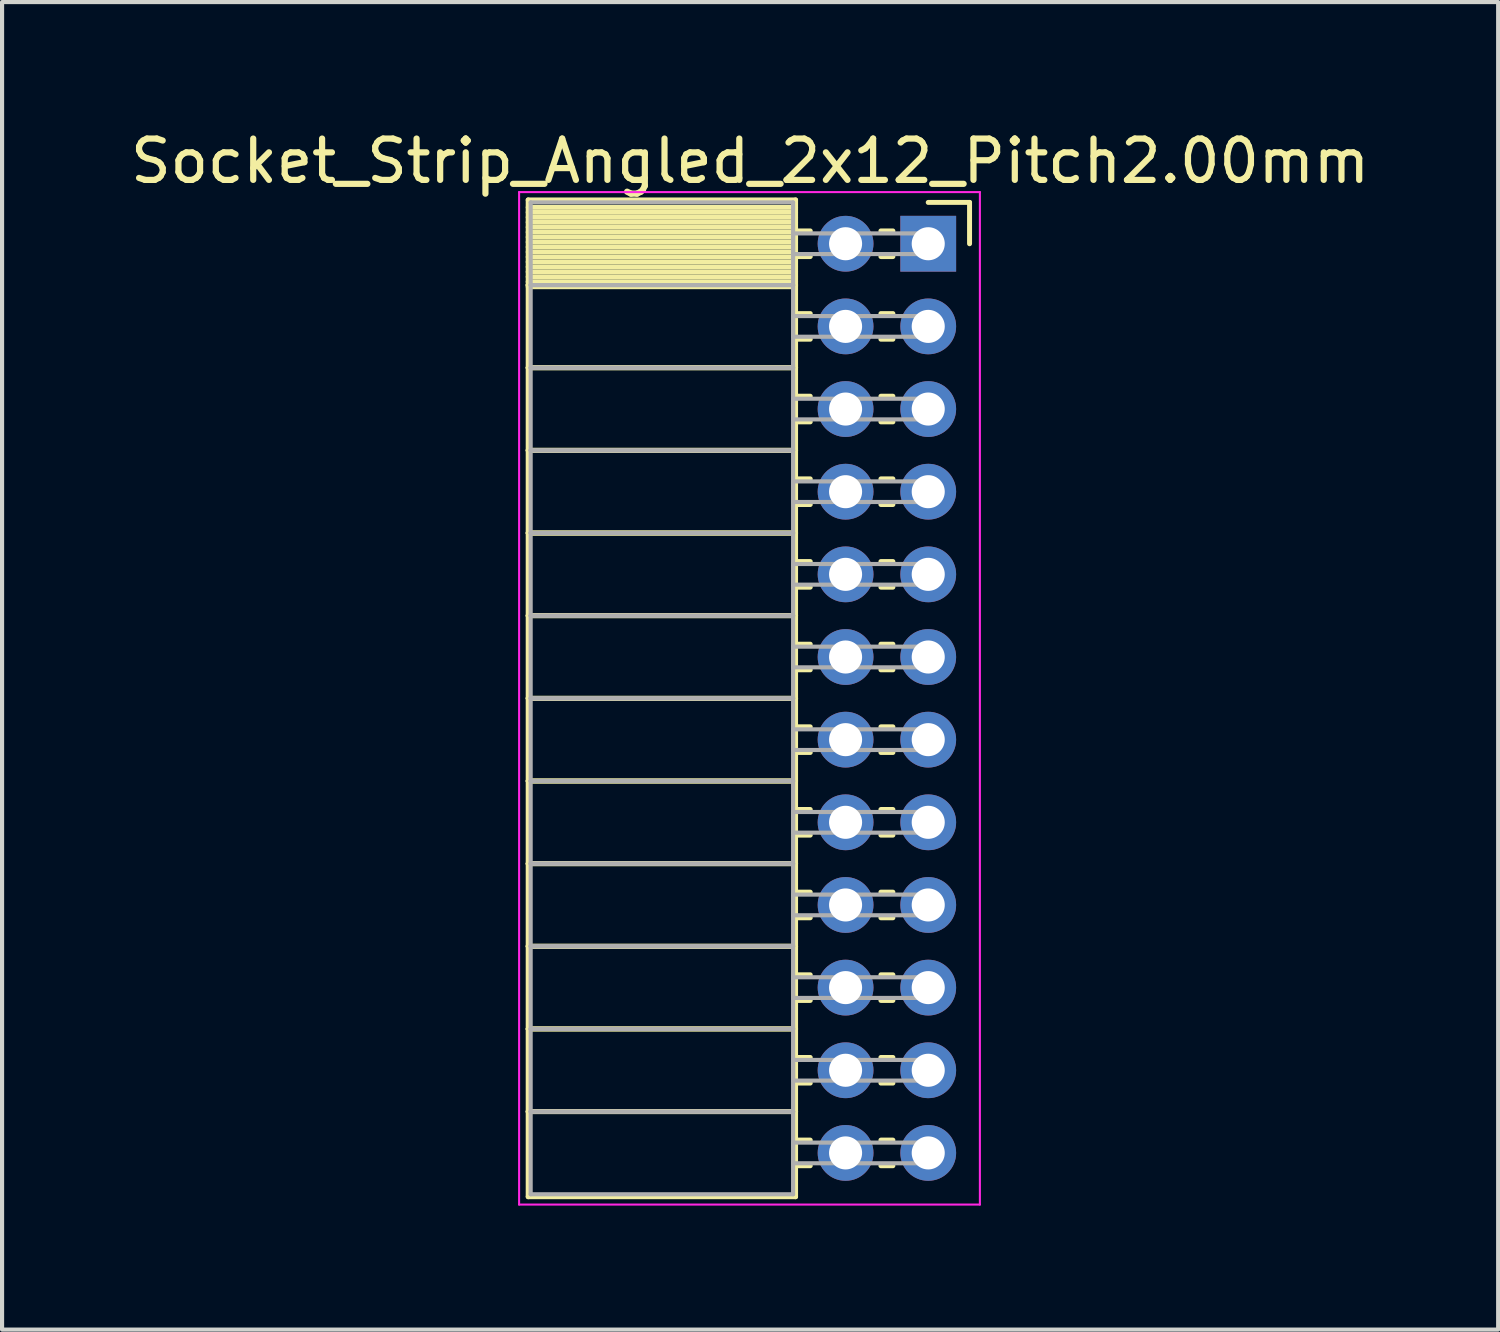
<source format=kicad_pcb>
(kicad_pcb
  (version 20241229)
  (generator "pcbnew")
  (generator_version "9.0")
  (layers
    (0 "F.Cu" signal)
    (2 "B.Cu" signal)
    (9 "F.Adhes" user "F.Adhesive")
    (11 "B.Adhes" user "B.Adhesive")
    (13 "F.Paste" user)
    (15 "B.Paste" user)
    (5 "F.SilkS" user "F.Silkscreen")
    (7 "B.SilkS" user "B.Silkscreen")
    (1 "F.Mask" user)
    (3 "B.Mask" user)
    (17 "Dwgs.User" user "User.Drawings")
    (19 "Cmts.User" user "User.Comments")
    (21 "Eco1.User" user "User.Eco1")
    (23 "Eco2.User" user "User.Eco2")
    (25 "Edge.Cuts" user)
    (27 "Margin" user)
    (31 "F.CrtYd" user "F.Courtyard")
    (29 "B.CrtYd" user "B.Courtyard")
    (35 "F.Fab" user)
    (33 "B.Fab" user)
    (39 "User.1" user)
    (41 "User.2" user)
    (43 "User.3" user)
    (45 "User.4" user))
  (footprint "Socket_Strip_Angled_2x12_Pitch2.00mm"
    (layer "F.Cu")
    (at 19.411 2.848)
    (property "Reference" "Socket_Strip_Angled_2x12_Pitch2.00mm" (at -4.31 -2 0) (layer "F.SilkS") (effects (font (size 1 1) (thickness 0.15))))
    (attr through_hole)
    (fp_line (start -9.68 -1.06) (end -3.21 -1.06) (stroke (width 0.12) (type solid)) (layer "F.SilkS"))
    (fp_line (start -9.68 1) (end -9.68 -1.06) (stroke (width 0.12) (type solid)) (layer "F.SilkS"))
    (fp_line (start -9.68 1) (end -3.21 1) (stroke (width 0.12) (type solid)) (layer "F.SilkS"))
    (fp_line (start -9.68 3) (end -9.68 1) (stroke (width 0.12) (type solid)) (layer "F.SilkS"))
    (fp_line (start -9.68 3) (end -3.21 3) (stroke (width 0.12) (type solid)) (layer "F.SilkS"))
    (fp_line (start -9.68 5) (end -9.68 3) (stroke (width 0.12) (type solid)) (layer "F.SilkS"))
    (fp_line (start -9.68 5) (end -3.21 5) (stroke (width 0.12) (type solid)) (layer "F.SilkS"))
    (fp_line (start -9.68 7) (end -9.68 5) (stroke (width 0.12) (type solid)) (layer "F.SilkS"))
    (fp_line (start -9.68 7) (end -3.21 7) (stroke (width 0.12) (type solid)) (layer "F.SilkS"))
    (fp_line (start -9.68 9) (end -9.68 7) (stroke (width 0.12) (type solid)) (layer "F.SilkS"))
    (fp_line (start -9.68 9) (end -3.21 9) (stroke (width 0.12) (type solid)) (layer "F.SilkS"))
    (fp_line (start -9.68 11) (end -9.68 9) (stroke (width 0.12) (type solid)) (layer "F.SilkS"))
    (fp_line (start -9.68 11) (end -3.21 11) (stroke (width 0.12) (type solid)) (layer "F.SilkS"))
    (fp_line (start -9.68 13) (end -9.68 11) (stroke (width 0.12) (type solid)) (layer "F.SilkS"))
    (fp_line (start -9.68 13) (end -3.21 13) (stroke (width 0.12) (type solid)) (layer "F.SilkS"))
    (fp_line (start -9.68 15) (end -9.68 13) (stroke (width 0.12) (type solid)) (layer "F.SilkS"))
    (fp_line (start -9.68 15) (end -3.21 15) (stroke (width 0.12) (type solid)) (layer "F.SilkS"))
    (fp_line (start -9.68 17) (end -9.68 15) (stroke (width 0.12) (type solid)) (layer "F.SilkS"))
    (fp_line (start -9.68 17) (end -3.21 17) (stroke (width 0.12) (type solid)) (layer "F.SilkS"))
    (fp_line (start -9.68 19) (end -9.68 17) (stroke (width 0.12) (type solid)) (layer "F.SilkS"))
    (fp_line (start -9.68 19) (end -3.21 19) (stroke (width 0.12) (type solid)) (layer "F.SilkS"))
    (fp_line (start -9.68 21) (end -9.68 19) (stroke (width 0.12) (type solid)) (layer "F.SilkS"))
    (fp_line (start -9.68 21) (end -3.21 21) (stroke (width 0.12) (type solid)) (layer "F.SilkS"))
    (fp_line (start -9.68 23.06) (end -9.68 21) (stroke (width 0.12) (type solid)) (layer "F.SilkS"))
    (fp_line (start -3.21 -1.06) (end -3.21 1) (stroke (width 0.12) (type solid)) (layer "F.SilkS"))
    (fp_line (start -3.21 -0.88) (end -9.68 -0.88) (stroke (width 0.12) (type solid)) (layer "F.SilkS"))
    (fp_line (start -3.21 -0.76) (end -9.68 -0.76) (stroke (width 0.12) (type solid)) (layer "F.SilkS"))
    (fp_line (start -3.21 -0.64) (end -9.68 -0.64) (stroke (width 0.12) (type solid)) (layer "F.SilkS"))
    (fp_line (start -3.21 -0.52) (end -9.68 -0.52) (stroke (width 0.12) (type solid)) (layer "F.SilkS"))
    (fp_line (start -3.21 -0.4) (end -9.68 -0.4) (stroke (width 0.12) (type solid)) (layer "F.SilkS"))
    (fp_line (start -3.21 -0.28) (end -9.68 -0.28) (stroke (width 0.12) (type solid)) (layer "F.SilkS"))
    (fp_line (start -3.21 -0.16) (end -9.68 -0.16) (stroke (width 0.12) (type solid)) (layer "F.SilkS"))
    (fp_line (start -3.21 -0.04) (end -9.68 -0.04) (stroke (width 0.12) (type solid)) (layer "F.SilkS"))
    (fp_line (start -3.21 0.08) (end -9.68 0.08) (stroke (width 0.12) (type solid)) (layer "F.SilkS"))
    (fp_line (start -3.21 0.2) (end -9.68 0.2) (stroke (width 0.12) (type solid)) (layer "F.SilkS"))
    (fp_line (start -3.21 0.32) (end -9.68 0.32) (stroke (width 0.12) (type solid)) (layer "F.SilkS"))
    (fp_line (start -3.21 0.44) (end -9.68 0.44) (stroke (width 0.12) (type solid)) (layer "F.SilkS"))
    (fp_line (start -3.21 0.56) (end -9.68 0.56) (stroke (width 0.12) (type solid)) (layer "F.SilkS"))
    (fp_line (start -3.21 0.68) (end -9.68 0.68) (stroke (width 0.12) (type solid)) (layer "F.SilkS"))
    (fp_line (start -3.21 0.8) (end -9.68 0.8) (stroke (width 0.12) (type solid)) (layer "F.SilkS"))
    (fp_line (start -3.21 0.92) (end -9.68 0.92) (stroke (width 0.12) (type solid)) (layer "F.SilkS"))
    (fp_line (start -3.21 1) (end -9.68 1) (stroke (width 0.12) (type solid)) (layer "F.SilkS"))
    (fp_line (start -3.21 1) (end -3.21 3) (stroke (width 0.12) (type solid)) (layer "F.SilkS"))
    (fp_line (start -3.21 1.04) (end -9.68 1.04) (stroke (width 0.12) (type solid)) (layer "F.SilkS"))
    (fp_line (start -3.21 3) (end -9.68 3) (stroke (width 0.12) (type solid)) (layer "F.SilkS"))
    (fp_line (start -3.21 3) (end -3.21 5) (stroke (width 0.12) (type solid)) (layer "F.SilkS"))
    (fp_line (start -3.21 5) (end -9.68 5) (stroke (width 0.12) (type solid)) (layer "F.SilkS"))
    (fp_line (start -3.21 5) (end -3.21 7) (stroke (width 0.12) (type solid)) (layer "F.SilkS"))
    (fp_line (start -3.21 7) (end -9.68 7) (stroke (width 0.12) (type solid)) (layer "F.SilkS"))
    (fp_line (start -3.21 7) (end -3.21 9) (stroke (width 0.12) (type solid)) (layer "F.SilkS"))
    (fp_line (start -3.21 9) (end -9.68 9) (stroke (width 0.12) (type solid)) (layer "F.SilkS"))
    (fp_line (start -3.21 9) (end -3.21 11) (stroke (width 0.12) (type solid)) (layer "F.SilkS"))
    (fp_line (start -3.21 11) (end -9.68 11) (stroke (width 0.12) (type solid)) (layer "F.SilkS"))
    (fp_line (start -3.21 11) (end -3.21 13) (stroke (width 0.12) (type solid)) (layer "F.SilkS"))
    (fp_line (start -3.21 13) (end -9.68 13) (stroke (width 0.12) (type solid)) (layer "F.SilkS"))
    (fp_line (start -3.21 13) (end -3.21 15) (stroke (width 0.12) (type solid)) (layer "F.SilkS"))
    (fp_line (start -3.21 15) (end -9.68 15) (stroke (width 0.12) (type solid)) (layer "F.SilkS"))
    (fp_line (start -3.21 15) (end -3.21 17) (stroke (width 0.12) (type solid)) (layer "F.SilkS"))
    (fp_line (start -3.21 17) (end -9.68 17) (stroke (width 0.12) (type solid)) (layer "F.SilkS"))
    (fp_line (start -3.21 17) (end -3.21 19) (stroke (width 0.12) (type solid)) (layer "F.SilkS"))
    (fp_line (start -3.21 19) (end -9.68 19) (stroke (width 0.12) (type solid)) (layer "F.SilkS"))
    (fp_line (start -3.21 19) (end -3.21 21) (stroke (width 0.12) (type solid)) (layer "F.SilkS"))
    (fp_line (start -3.21 21) (end -9.68 21) (stroke (width 0.12) (type solid)) (layer "F.SilkS"))
    (fp_line (start -3.21 21) (end -3.21 23.06) (stroke (width 0.12) (type solid)) (layer "F.SilkS"))
    (fp_line (start -3.21 23.06) (end -9.68 23.06) (stroke (width 0.12) (type solid)) (layer "F.SilkS"))
    (fp_line (start -2.855 -0.31) (end -3.21 -0.31) (stroke (width 0.12) (type solid)) (layer "F.SilkS"))
    (fp_line (start -2.855 0.31) (end -3.21 0.31) (stroke (width 0.12) (type solid)) (layer "F.SilkS"))
    (fp_line (start -2.855 1.69) (end -3.21 1.69) (stroke (width 0.12) (type solid)) (layer "F.SilkS"))
    (fp_line (start -2.855 2.31) (end -3.21 2.31) (stroke (width 0.12) (type solid)) (layer "F.SilkS"))
    (fp_line (start -2.855 3.69) (end -3.21 3.69) (stroke (width 0.12) (type solid)) (layer "F.SilkS"))
    (fp_line (start -2.855 4.31) (end -3.21 4.31) (stroke (width 0.12) (type solid)) (layer "F.SilkS"))
    (fp_line (start -2.855 5.69) (end -3.21 5.69) (stroke (width 0.12) (type solid)) (layer "F.SilkS"))
    (fp_line (start -2.855 6.31) (end -3.21 6.31) (stroke (width 0.12) (type solid)) (layer "F.SilkS"))
    (fp_line (start -2.855 7.69) (end -3.21 7.69) (stroke (width 0.12) (type solid)) (layer "F.SilkS"))
    (fp_line (start -2.855 8.31) (end -3.21 8.31) (stroke (width 0.12) (type solid)) (layer "F.SilkS"))
    (fp_line (start -2.855 9.69) (end -3.21 9.69) (stroke (width 0.12) (type solid)) (layer "F.SilkS"))
    (fp_line (start -2.855 10.31) (end -3.21 10.31) (stroke (width 0.12) (type solid)) (layer "F.SilkS"))
    (fp_line (start -2.855 11.69) (end -3.21 11.69) (stroke (width 0.12) (type solid)) (layer "F.SilkS"))
    (fp_line (start -2.855 12.31) (end -3.21 12.31) (stroke (width 0.12) (type solid)) (layer "F.SilkS"))
    (fp_line (start -2.855 13.69) (end -3.21 13.69) (stroke (width 0.12) (type solid)) (layer "F.SilkS"))
    (fp_line (start -2.855 14.31) (end -3.21 14.31) (stroke (width 0.12) (type solid)) (layer "F.SilkS"))
    (fp_line (start -2.855 15.69) (end -3.21 15.69) (stroke (width 0.12) (type solid)) (layer "F.SilkS"))
    (fp_line (start -2.855 16.31) (end -3.21 16.31) (stroke (width 0.12) (type solid)) (layer "F.SilkS"))
    (fp_line (start -2.855 17.69) (end -3.21 17.69) (stroke (width 0.12) (type solid)) (layer "F.SilkS"))
    (fp_line (start -2.855 18.31) (end -3.21 18.31) (stroke (width 0.12) (type solid)) (layer "F.SilkS"))
    (fp_line (start -2.855 19.69) (end -3.21 19.69) (stroke (width 0.12) (type solid)) (layer "F.SilkS"))
    (fp_line (start -2.855 20.31) (end -3.21 20.31) (stroke (width 0.12) (type solid)) (layer "F.SilkS"))
    (fp_line (start -2.855 21.69) (end -3.21 21.69) (stroke (width 0.12) (type solid)) (layer "F.SilkS"))
    (fp_line (start -2.855 22.31) (end -3.21 22.31) (stroke (width 0.12) (type solid)) (layer "F.SilkS"))
    (fp_line (start -0.855 -0.31) (end -1.145 -0.31) (stroke (width 0.12) (type solid)) (layer "F.SilkS"))
    (fp_line (start -0.855 0.31) (end -1.145 0.31) (stroke (width 0.12) (type solid)) (layer "F.SilkS"))
    (fp_line (start -0.855 1.69) (end -1.145 1.69) (stroke (width 0.12) (type solid)) (layer "F.SilkS"))
    (fp_line (start -0.855 2.31) (end -1.145 2.31) (stroke (width 0.12) (type solid)) (layer "F.SilkS"))
    (fp_line (start -0.855 3.69) (end -1.145 3.69) (stroke (width 0.12) (type solid)) (layer "F.SilkS"))
    (fp_line (start -0.855 4.31) (end -1.145 4.31) (stroke (width 0.12) (type solid)) (layer "F.SilkS"))
    (fp_line (start -0.855 5.69) (end -1.145 5.69) (stroke (width 0.12) (type solid)) (layer "F.SilkS"))
    (fp_line (start -0.855 6.31) (end -1.145 6.31) (stroke (width 0.12) (type solid)) (layer "F.SilkS"))
    (fp_line (start -0.855 7.69) (end -1.145 7.69) (stroke (width 0.12) (type solid)) (layer "F.SilkS"))
    (fp_line (start -0.855 8.31) (end -1.145 8.31) (stroke (width 0.12) (type solid)) (layer "F.SilkS"))
    (fp_line (start -0.855 9.69) (end -1.145 9.69) (stroke (width 0.12) (type solid)) (layer "F.SilkS"))
    (fp_line (start -0.855 10.31) (end -1.145 10.31) (stroke (width 0.12) (type solid)) (layer "F.SilkS"))
    (fp_line (start -0.855 11.69) (end -1.145 11.69) (stroke (width 0.12) (type solid)) (layer "F.SilkS"))
    (fp_line (start -0.855 12.31) (end -1.145 12.31) (stroke (width 0.12) (type solid)) (layer "F.SilkS"))
    (fp_line (start -0.855 13.69) (end -1.145 13.69) (stroke (width 0.12) (type solid)) (layer "F.SilkS"))
    (fp_line (start -0.855 14.31) (end -1.145 14.31) (stroke (width 0.12) (type solid)) (layer "F.SilkS"))
    (fp_line (start -0.855 15.69) (end -1.145 15.69) (stroke (width 0.12) (type solid)) (layer "F.SilkS"))
    (fp_line (start -0.855 16.31) (end -1.145 16.31) (stroke (width 0.12) (type solid)) (layer "F.SilkS"))
    (fp_line (start -0.855 17.69) (end -1.145 17.69) (stroke (width 0.12) (type solid)) (layer "F.SilkS"))
    (fp_line (start -0.855 18.31) (end -1.145 18.31) (stroke (width 0.12) (type solid)) (layer "F.SilkS"))
    (fp_line (start -0.855 19.69) (end -1.145 19.69) (stroke (width 0.12) (type solid)) (layer "F.SilkS"))
    (fp_line (start -0.855 20.31) (end -1.145 20.31) (stroke (width 0.12) (type solid)) (layer "F.SilkS"))
    (fp_line (start -0.855 21.69) (end -1.145 21.69) (stroke (width 0.12) (type solid)) (layer "F.SilkS"))
    (fp_line (start -0.855 22.31) (end -1.145 22.31) (stroke (width 0.12) (type solid)) (layer "F.SilkS"))
    (fp_line (start 0 -1) (end 1 -1) (stroke (width 0.12) (type solid)) (layer "F.SilkS"))
    (fp_line (start 1 -1) (end 1 0) (stroke (width 0.12) (type solid)) (layer "F.SilkS"))
    (fp_line (start -9.9 -1.25) (end 1.25 -1.25) (stroke (width 0.05) (type solid)) (layer "F.CrtYd"))
    (fp_line (start -9.9 23.25) (end -9.9 -1.25) (stroke (width 0.05) (type solid)) (layer "F.CrtYd"))
    (fp_line (start 1.25 -1.25) (end 1.25 23.25) (stroke (width 0.05) (type solid)) (layer "F.CrtYd"))
    (fp_line (start 1.25 23.25) (end -9.9 23.25) (stroke (width 0.05) (type solid)) (layer "F.CrtYd"))
    (fp_line (start -9.62 -1) (end -3.27 -1) (stroke (width 0.1) (type solid)) (layer "F.Fab"))
    (fp_line (start -9.62 1) (end -9.62 -1) (stroke (width 0.1) (type solid)) (layer "F.Fab"))
    (fp_line (start -9.62 1) (end -3.27 1) (stroke (width 0.1) (type solid)) (layer "F.Fab"))
    (fp_line (start -9.62 3) (end -9.62 1) (stroke (width 0.1) (type solid)) (layer "F.Fab"))
    (fp_line (start -9.62 3) (end -3.27 3) (stroke (width 0.1) (type solid)) (layer "F.Fab"))
    (fp_line (start -9.62 5) (end -9.62 3) (stroke (width 0.1) (type solid)) (layer "F.Fab"))
    (fp_line (start -9.62 5) (end -3.27 5) (stroke (width 0.1) (type solid)) (layer "F.Fab"))
    (fp_line (start -9.62 7) (end -9.62 5) (stroke (width 0.1) (type solid)) (layer "F.Fab"))
    (fp_line (start -9.62 7) (end -3.27 7) (stroke (width 0.1) (type solid)) (layer "F.Fab"))
    (fp_line (start -9.62 9) (end -9.62 7) (stroke (width 0.1) (type solid)) (layer "F.Fab"))
    (fp_line (start -9.62 9) (end -3.27 9) (stroke (width 0.1) (type solid)) (layer "F.Fab"))
    (fp_line (start -9.62 11) (end -9.62 9) (stroke (width 0.1) (type solid)) (layer "F.Fab"))
    (fp_line (start -9.62 11) (end -3.27 11) (stroke (width 0.1) (type solid)) (layer "F.Fab"))
    (fp_line (start -9.62 13) (end -9.62 11) (stroke (width 0.1) (type solid)) (layer "F.Fab"))
    (fp_line (start -9.62 13) (end -3.27 13) (stroke (width 0.1) (type solid)) (layer "F.Fab"))
    (fp_line (start -9.62 15) (end -9.62 13) (stroke (width 0.1) (type solid)) (layer "F.Fab"))
    (fp_line (start -9.62 15) (end -3.27 15) (stroke (width 0.1) (type solid)) (layer "F.Fab"))
    (fp_line (start -9.62 17) (end -9.62 15) (stroke (width 0.1) (type solid)) (layer "F.Fab"))
    (fp_line (start -9.62 17) (end -3.27 17) (stroke (width 0.1) (type solid)) (layer "F.Fab"))
    (fp_line (start -9.62 19) (end -9.62 17) (stroke (width 0.1) (type solid)) (layer "F.Fab"))
    (fp_line (start -9.62 19) (end -3.27 19) (stroke (width 0.1) (type solid)) (layer "F.Fab"))
    (fp_line (start -9.62 21) (end -9.62 19) (stroke (width 0.1) (type solid)) (layer "F.Fab"))
    (fp_line (start -9.62 21) (end -3.27 21) (stroke (width 0.1) (type solid)) (layer "F.Fab"))
    (fp_line (start -9.62 23) (end -9.62 21) (stroke (width 0.1) (type solid)) (layer "F.Fab"))
    (fp_line (start -3.27 -1) (end -3.27 1) (stroke (width 0.1) (type solid)) (layer "F.Fab"))
    (fp_line (start -3.27 -0.25) (end 0 -0.25) (stroke (width 0.1) (type solid)) (layer "F.Fab"))
    (fp_line (start -3.27 0.25) (end -3.27 -0.25) (stroke (width 0.1) (type solid)) (layer "F.Fab"))
    (fp_line (start -3.27 1) (end -9.62 1) (stroke (width 0.1) (type solid)) (layer "F.Fab"))
    (fp_line (start -3.27 1) (end -3.27 3) (stroke (width 0.1) (type solid)) (layer "F.Fab"))
    (fp_line (start -3.27 1.75) (end 0 1.75) (stroke (width 0.1) (type solid)) (layer "F.Fab"))
    (fp_line (start -3.27 2.25) (end -3.27 1.75) (stroke (width 0.1) (type solid)) (layer "F.Fab"))
    (fp_line (start -3.27 3) (end -9.62 3) (stroke (width 0.1) (type solid)) (layer "F.Fab"))
    (fp_line (start -3.27 3) (end -3.27 5) (stroke (width 0.1) (type solid)) (layer "F.Fab"))
    (fp_line (start -3.27 3.75) (end 0 3.75) (stroke (width 0.1) (type solid)) (layer "F.Fab"))
    (fp_line (start -3.27 4.25) (end -3.27 3.75) (stroke (width 0.1) (type solid)) (layer "F.Fab"))
    (fp_line (start -3.27 5) (end -9.62 5) (stroke (width 0.1) (type solid)) (layer "F.Fab"))
    (fp_line (start -3.27 5) (end -3.27 7) (stroke (width 0.1) (type solid)) (layer "F.Fab"))
    (fp_line (start -3.27 5.75) (end 0 5.75) (stroke (width 0.1) (type solid)) (layer "F.Fab"))
    (fp_line (start -3.27 6.25) (end -3.27 5.75) (stroke (width 0.1) (type solid)) (layer "F.Fab"))
    (fp_line (start -3.27 7) (end -9.62 7) (stroke (width 0.1) (type solid)) (layer "F.Fab"))
    (fp_line (start -3.27 7) (end -3.27 9) (stroke (width 0.1) (type solid)) (layer "F.Fab"))
    (fp_line (start -3.27 7.75) (end 0 7.75) (stroke (width 0.1) (type solid)) (layer "F.Fab"))
    (fp_line (start -3.27 8.25) (end -3.27 7.75) (stroke (width 0.1) (type solid)) (layer "F.Fab"))
    (fp_line (start -3.27 9) (end -9.62 9) (stroke (width 0.1) (type solid)) (layer "F.Fab"))
    (fp_line (start -3.27 9) (end -3.27 11) (stroke (width 0.1) (type solid)) (layer "F.Fab"))
    (fp_line (start -3.27 9.75) (end 0 9.75) (stroke (width 0.1) (type solid)) (layer "F.Fab"))
    (fp_line (start -3.27 10.25) (end -3.27 9.75) (stroke (width 0.1) (type solid)) (layer "F.Fab"))
    (fp_line (start -3.27 11) (end -9.62 11) (stroke (width 0.1) (type solid)) (layer "F.Fab"))
    (fp_line (start -3.27 11) (end -3.27 13) (stroke (width 0.1) (type solid)) (layer "F.Fab"))
    (fp_line (start -3.27 11.75) (end 0 11.75) (stroke (width 0.1) (type solid)) (layer "F.Fab"))
    (fp_line (start -3.27 12.25) (end -3.27 11.75) (stroke (width 0.1) (type solid)) (layer "F.Fab"))
    (fp_line (start -3.27 13) (end -9.62 13) (stroke (width 0.1) (type solid)) (layer "F.Fab"))
    (fp_line (start -3.27 13) (end -3.27 15) (stroke (width 0.1) (type solid)) (layer "F.Fab"))
    (fp_line (start -3.27 13.75) (end 0 13.75) (stroke (width 0.1) (type solid)) (layer "F.Fab"))
    (fp_line (start -3.27 14.25) (end -3.27 13.75) (stroke (width 0.1) (type solid)) (layer "F.Fab"))
    (fp_line (start -3.27 15) (end -9.62 15) (stroke (width 0.1) (type solid)) (layer "F.Fab"))
    (fp_line (start -3.27 15) (end -3.27 17) (stroke (width 0.1) (type solid)) (layer "F.Fab"))
    (fp_line (start -3.27 15.75) (end 0 15.75) (stroke (width 0.1) (type solid)) (layer "F.Fab"))
    (fp_line (start -3.27 16.25) (end -3.27 15.75) (stroke (width 0.1) (type solid)) (layer "F.Fab"))
    (fp_line (start -3.27 17) (end -9.62 17) (stroke (width 0.1) (type solid)) (layer "F.Fab"))
    (fp_line (start -3.27 17) (end -3.27 19) (stroke (width 0.1) (type solid)) (layer "F.Fab"))
    (fp_line (start -3.27 17.75) (end 0 17.75) (stroke (width 0.1) (type solid)) (layer "F.Fab"))
    (fp_line (start -3.27 18.25) (end -3.27 17.75) (stroke (width 0.1) (type solid)) (layer "F.Fab"))
    (fp_line (start -3.27 19) (end -9.62 19) (stroke (width 0.1) (type solid)) (layer "F.Fab"))
    (fp_line (start -3.27 19) (end -3.27 21) (stroke (width 0.1) (type solid)) (layer "F.Fab"))
    (fp_line (start -3.27 19.75) (end 0 19.75) (stroke (width 0.1) (type solid)) (layer "F.Fab"))
    (fp_line (start -3.27 20.25) (end -3.27 19.75) (stroke (width 0.1) (type solid)) (layer "F.Fab"))
    (fp_line (start -3.27 21) (end -9.62 21) (stroke (width 0.1) (type solid)) (layer "F.Fab"))
    (fp_line (start -3.27 21) (end -3.27 23) (stroke (width 0.1) (type solid)) (layer "F.Fab"))
    (fp_line (start -3.27 21.75) (end 0 21.75) (stroke (width 0.1) (type solid)) (layer "F.Fab"))
    (fp_line (start -3.27 22.25) (end -3.27 21.75) (stroke (width 0.1) (type solid)) (layer "F.Fab"))
    (fp_line (start -3.27 23) (end -9.62 23) (stroke (width 0.1) (type solid)) (layer "F.Fab"))
    (fp_line (start 0 -0.25) (end 0 0.25) (stroke (width 0.1) (type solid)) (layer "F.Fab"))
    (fp_line (start 0 0.25) (end -3.27 0.25) (stroke (width 0.1) (type solid)) (layer "F.Fab"))
    (fp_line (start 0 1.75) (end 0 2.25) (stroke (width 0.1) (type solid)) (layer "F.Fab"))
    (fp_line (start 0 2.25) (end -3.27 2.25) (stroke (width 0.1) (type solid)) (layer "F.Fab"))
    (fp_line (start 0 3.75) (end 0 4.25) (stroke (width 0.1) (type solid)) (layer "F.Fab"))
    (fp_line (start 0 4.25) (end -3.27 4.25) (stroke (width 0.1) (type solid)) (layer "F.Fab"))
    (fp_line (start 0 5.75) (end 0 6.25) (stroke (width 0.1) (type solid)) (layer "F.Fab"))
    (fp_line (start 0 6.25) (end -3.27 6.25) (stroke (width 0.1) (type solid)) (layer "F.Fab"))
    (fp_line (start 0 7.75) (end 0 8.25) (stroke (width 0.1) (type solid)) (layer "F.Fab"))
    (fp_line (start 0 8.25) (end -3.27 8.25) (stroke (width 0.1) (type solid)) (layer "F.Fab"))
    (fp_line (start 0 9.75) (end 0 10.25) (stroke (width 0.1) (type solid)) (layer "F.Fab"))
    (fp_line (start 0 10.25) (end -3.27 10.25) (stroke (width 0.1) (type solid)) (layer "F.Fab"))
    (fp_line (start 0 11.75) (end 0 12.25) (stroke (width 0.1) (type solid)) (layer "F.Fab"))
    (fp_line (start 0 12.25) (end -3.27 12.25) (stroke (width 0.1) (type solid)) (layer "F.Fab"))
    (fp_line (start 0 13.75) (end 0 14.25) (stroke (width 0.1) (type solid)) (layer "F.Fab"))
    (fp_line (start 0 14.25) (end -3.27 14.25) (stroke (width 0.1) (type solid)) (layer "F.Fab"))
    (fp_line (start 0 15.75) (end 0 16.25) (stroke (width 0.1) (type solid)) (layer "F.Fab"))
    (fp_line (start 0 16.25) (end -3.27 16.25) (stroke (width 0.1) (type solid)) (layer "F.Fab"))
    (fp_line (start 0 17.75) (end 0 18.25) (stroke (width 0.1) (type solid)) (layer "F.Fab"))
    (fp_line (start 0 18.25) (end -3.27 18.25) (stroke (width 0.1) (type solid)) (layer "F.Fab"))
    (fp_line (start 0 19.75) (end 0 20.25) (stroke (width 0.1) (type solid)) (layer "F.Fab"))
    (fp_line (start 0 20.25) (end -3.27 20.25) (stroke (width 0.1) (type solid)) (layer "F.Fab"))
    (fp_line (start 0 21.75) (end 0 22.25) (stroke (width 0.1) (type solid)) (layer "F.Fab"))
    (fp_line (start 0 22.25) (end -3.27 22.25) (stroke (width 0.1) (type solid)) (layer "F.Fab"))
    (pad "1" thru_hole rect (at 0 0) (size 1.35 1.35) (drill 0.8) (layers "*.Cu" "*.Mask"))
    (pad "2" thru_hole oval (at -2 0) (size 1.35 1.35) (drill 0.8) (layers "*.Cu" "*.Mask"))
    (pad "3" thru_hole oval (at 0 2) (size 1.35 1.35) (drill 0.8) (layers "*.Cu" "*.Mask"))
    (pad "4" thru_hole oval (at -2 2) (size 1.35 1.35) (drill 0.8) (layers "*.Cu" "*.Mask"))
    (pad "5" thru_hole oval (at 0 4) (size 1.35 1.35) (drill 0.8) (layers "*.Cu" "*.Mask"))
    (pad "6" thru_hole oval (at -2 4) (size 1.35 1.35) (drill 0.8) (layers "*.Cu" "*.Mask"))
    (pad "7" thru_hole oval (at 0 6) (size 1.35 1.35) (drill 0.8) (layers "*.Cu" "*.Mask"))
    (pad "8" thru_hole oval (at -2 6) (size 1.35 1.35) (drill 0.8) (layers "*.Cu" "*.Mask"))
    (pad "9" thru_hole oval (at 0 8) (size 1.35 1.35) (drill 0.8) (layers "*.Cu" "*.Mask"))
    (pad "10" thru_hole oval (at -2 8) (size 1.35 1.35) (drill 0.8) (layers "*.Cu" "*.Mask"))
    (pad "11" thru_hole oval (at 0 10) (size 1.35 1.35) (drill 0.8) (layers "*.Cu" "*.Mask"))
    (pad "12" thru_hole oval (at -2 10) (size 1.35 1.35) (drill 0.8) (layers "*.Cu" "*.Mask"))
    (pad "13" thru_hole oval (at 0 12) (size 1.35 1.35) (drill 0.8) (layers "*.Cu" "*.Mask"))
    (pad "14" thru_hole oval (at -2 12) (size 1.35 1.35) (drill 0.8) (layers "*.Cu" "*.Mask"))
    (pad "15" thru_hole oval (at 0 14) (size 1.35 1.35) (drill 0.8) (layers "*.Cu" "*.Mask"))
    (pad "16" thru_hole oval (at -2 14) (size 1.35 1.35) (drill 0.8) (layers "*.Cu" "*.Mask"))
    (pad "17" thru_hole oval (at 0 16) (size 1.35 1.35) (drill 0.8) (layers "*.Cu" "*.Mask"))
    (pad "18" thru_hole oval (at -2 16) (size 1.35 1.35) (drill 0.8) (layers "*.Cu" "*.Mask"))
    (pad "19" thru_hole oval (at 0 18) (size 1.35 1.35) (drill 0.8) (layers "*.Cu" "*.Mask"))
    (pad "20" thru_hole oval (at -2 18) (size 1.35 1.35) (drill 0.8) (layers "*.Cu" "*.Mask"))
    (pad "21" thru_hole oval (at 0 20) (size 1.35 1.35) (drill 0.8) (layers "*.Cu" "*.Mask"))
    (pad "22" thru_hole oval (at -2 20) (size 1.35 1.35) (drill 0.8) (layers "*.Cu" "*.Mask"))
    (pad "23" thru_hole oval (at 0 22) (size 1.35 1.35) (drill 0.8) (layers "*.Cu" "*.Mask"))
    (pad "24" thru_hole oval (at -2 22) (size 1.35 1.35) (drill 0.8) (layers "*.Cu" "*.Mask")))
  (gr_rect
    (start -3 -3)
    (end 33.202 29.123)
    (stroke (width 0.1) (type default))
    (fill no)
    (layer "Edge.Cuts")))
</source>
